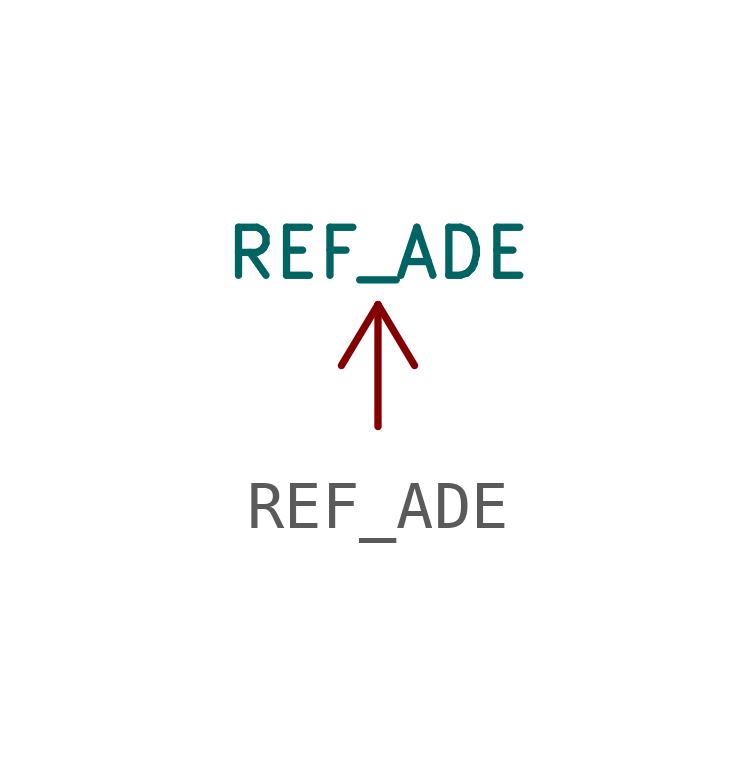
<source format=kicad_sym>
(kicad_symbol_lib
  (version 20241209)
  (generator "kicad_symbol_editor")
  (generator_version "9.0")
  (symbol "REF_ADE"
    (power)
    (pin_names
      (offset 0))
    (property "Reference" "#PWR?"
      (at 0 -3.81 0)
      (effects (font (size 1.27 1.27)) (hide yes)))
    (property "Value" "REF_ADE"
      (at 0 3.605 0)
      (effects (font (size 1 1))))
    (symbol "REF_ADE_0_1"
      (polyline (pts (xy -0.762 1.27) (xy 0 2.54)) (stroke (width 0) (type default)) (fill (type none)))
      (polyline (pts (xy 0 2.54) (xy 0.762 1.27)) (stroke (width 0) (type default)) (fill (type none)))
      (polyline (pts (xy 0 0) (xy 0 2.54)) (stroke (width 0) (type default)) (fill (type none))))
    (symbol "REF_ADE_1_1"
      (pin power_in line (at 0 0 90) (length 0) (hide yes) (name "REF_ADE" (effects (font (size 1.27 1.27)))) (number "1" (effects (font (size 1.27 1.27))))))))
</source>
